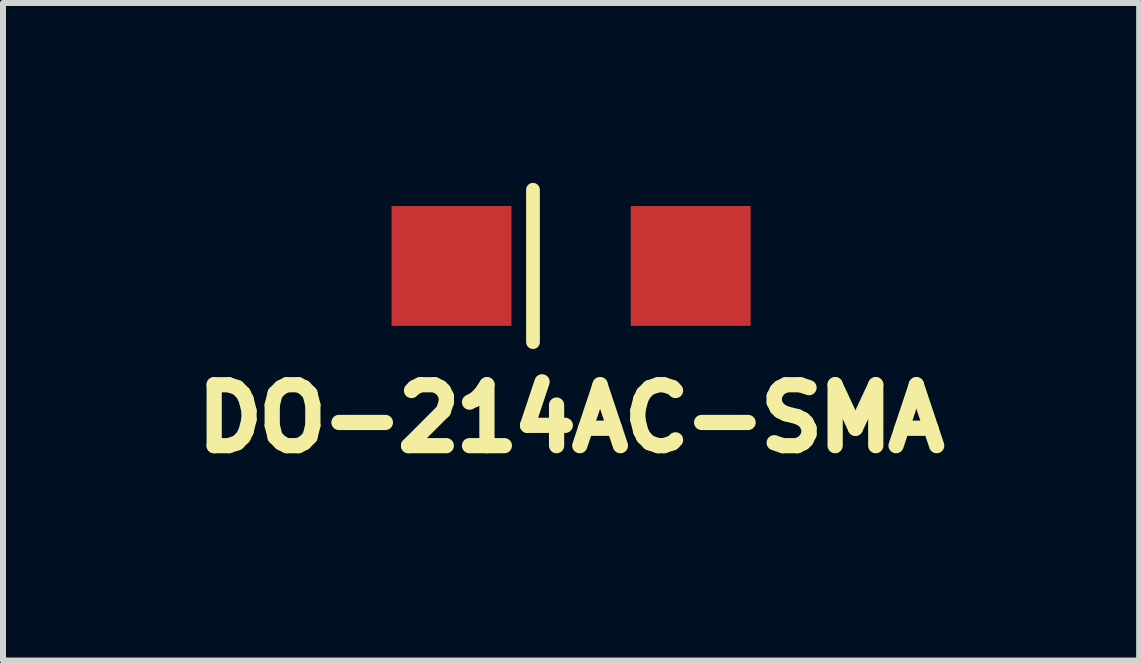
<source format=kicad_pcb>
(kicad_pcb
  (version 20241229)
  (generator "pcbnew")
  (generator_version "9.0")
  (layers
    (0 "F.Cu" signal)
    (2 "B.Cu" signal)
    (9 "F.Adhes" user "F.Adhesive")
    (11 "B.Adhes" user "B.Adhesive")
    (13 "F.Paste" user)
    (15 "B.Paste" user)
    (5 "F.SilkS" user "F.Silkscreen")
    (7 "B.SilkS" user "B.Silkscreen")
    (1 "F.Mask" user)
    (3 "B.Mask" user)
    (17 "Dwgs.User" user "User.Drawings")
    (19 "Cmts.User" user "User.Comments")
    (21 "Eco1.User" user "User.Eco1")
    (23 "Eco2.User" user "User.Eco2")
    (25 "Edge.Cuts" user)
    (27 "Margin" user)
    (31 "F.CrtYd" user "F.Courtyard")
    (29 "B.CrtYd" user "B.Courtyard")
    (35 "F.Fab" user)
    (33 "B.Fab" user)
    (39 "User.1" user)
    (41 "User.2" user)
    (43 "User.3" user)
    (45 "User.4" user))
  (footprint "DO-214AC-SMA"
    (layer "F.Cu")
    (at 6.472 1.384)
    (property "Reference" "DO-214AC-SMA" (at 0 2.54 0) (layer "F.SilkS") (effects (font (size 1.016 1.016) (thickness 0.254))))
    (attr through_hole)
    (fp_line (start -0.635 -1.27) (end -0.635 1.27) (stroke (width 0.229) (type solid)) (layer "F.SilkS"))
    (pad "1" smd rect (at -1.994 0) (size 1.999 1.999) (layers "F.Cu" "F.Mask" "F.Paste"))
    (pad "2" smd rect (at 1.994 0) (size 1.999 1.999) (layers "F.Cu" "F.Mask" "F.Paste")))
  (gr_rect
    (start -3 -3)
    (end 15.944 7.964)
    (stroke (width 0.1) (type default))
    (fill no)
    (layer "Edge.Cuts")))
</source>
